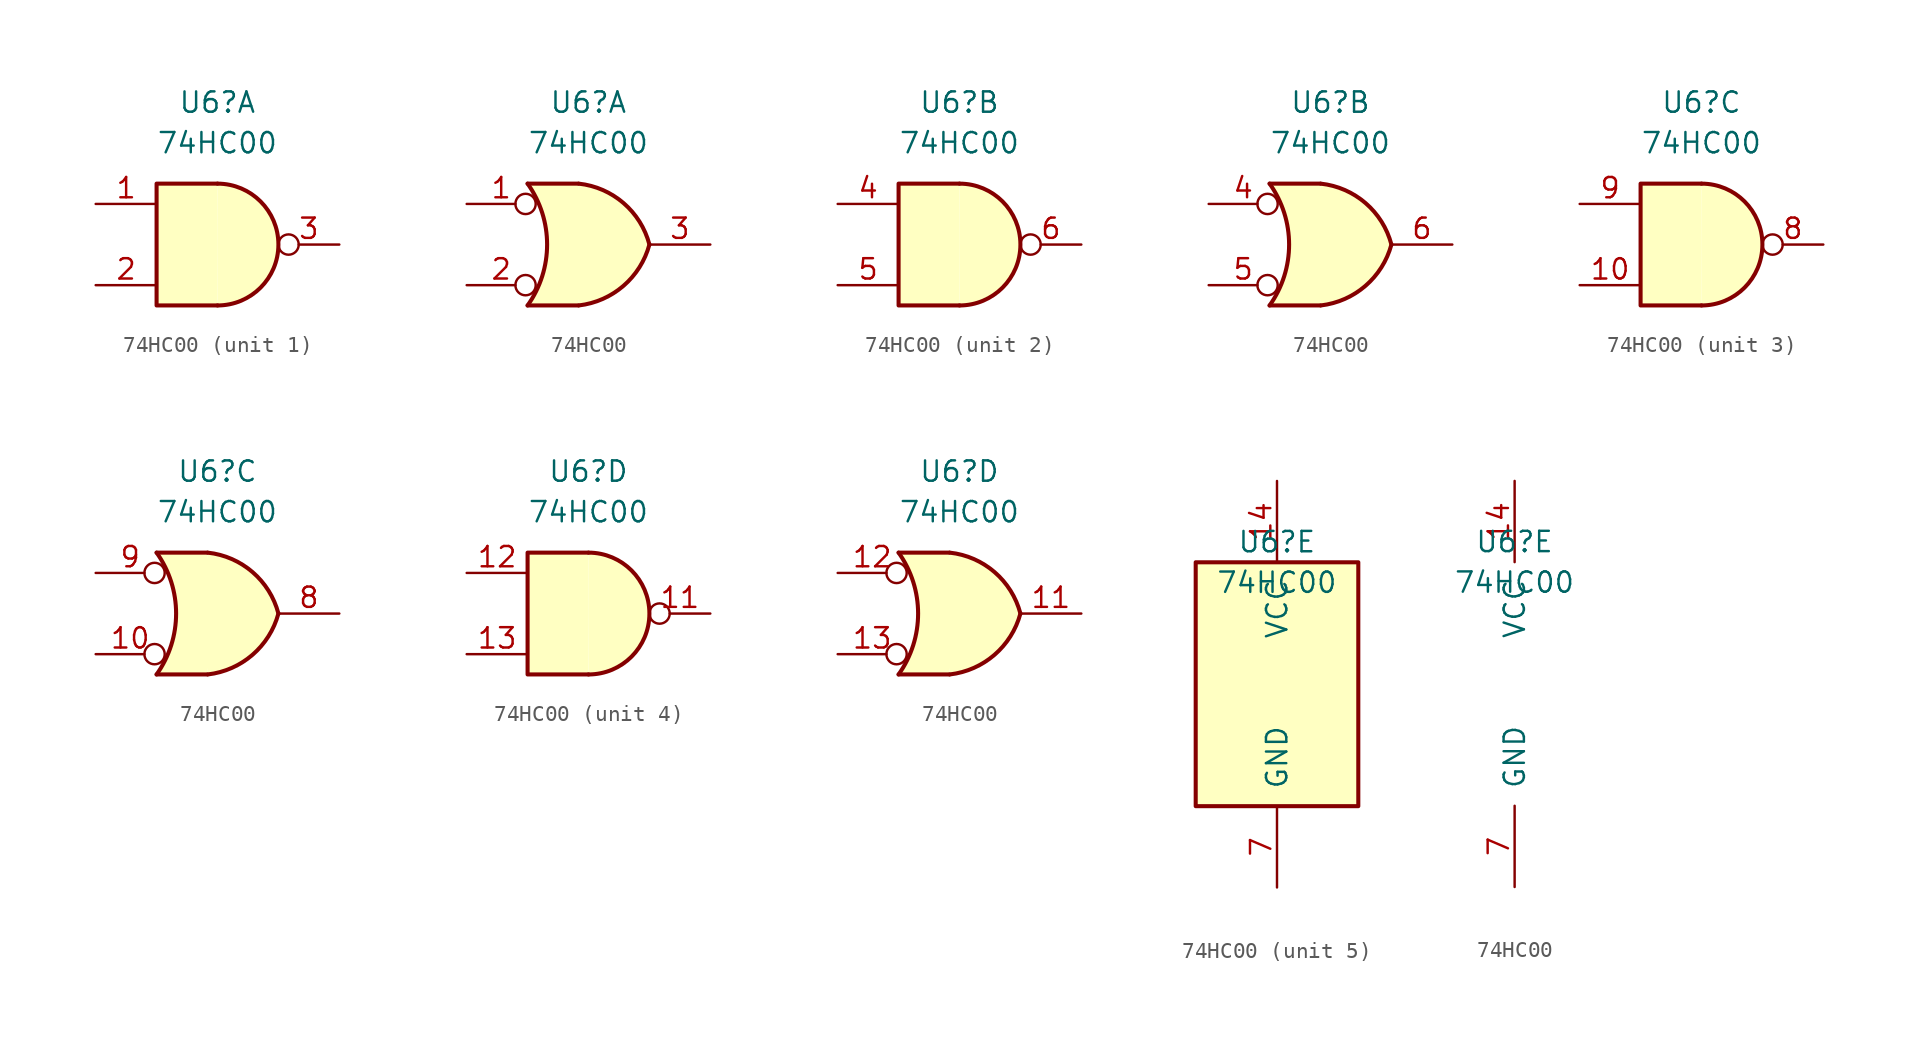
<source format=kicad_sym>
(kicad_symbol_lib
  (version 20231120)
  (generator "kicad_symbol_editor")
  (generator_version "8.0")
  (symbol "74HC00"
    (pin_names
      (offset 1.016))
    (property "Reference" "U6"
      (at -0.008 8.89 0)
      (effects (font (size 1.27 1.27))))
    (property "Value" "74HC00"
      (at -0.008 6.35 0)
      (effects (font (size 1.27 1.27))))
    (property "ki_locked" ""
      (at 0 0 0)
      (effects (font (size 1.27 1.27))))
    (symbol "74HC00_1_1"
      (arc (start 0 -3.81) (mid 3.7934 0) (end 0 3.81) (stroke (width 0.254) (type default)) (fill (type background)))
      (polyline (pts (xy 0 3.81) (xy -3.81 3.81) (xy -3.81 -3.81) (xy 0 -3.81)) (stroke (width 0.254) (type default)) (fill (type background)))
      (pin input line (at -7.62 2.54 0) (length 3.81) (name "~" (effects (font (size 1.27 1.27)))) (number "1" (effects (font (size 1.27 1.27)))))
      (pin input line (at -7.62 -2.54 0) (length 3.81) (name "~" (effects (font (size 1.27 1.27)))) (number "2" (effects (font (size 1.27 1.27)))))
      (pin output inverted (at 7.62 0 180) (length 3.81) (name "~" (effects (font (size 1.27 1.27)))) (number "3" (effects (font (size 1.27 1.27))))))
    (symbol "74HC00_1_2"
      (arc (start -3.81 -3.81) (mid -2.589 0) (end -3.81 3.81) (stroke (width 0.254) (type default)) (fill (type none)))
      (arc (start -0.6096 -3.81) (mid 2.1842 -2.5851) (end 3.81 0) (stroke (width 0.254) (type default)) (fill (type background)))
      (polyline (pts (xy -3.81 -3.81) (xy -0.635 -3.81)) (stroke (width 0.254) (type default)) (fill (type background)))
      (polyline (pts (xy -3.81 3.81) (xy -0.635 3.81)) (stroke (width 0.254) (type default)) (fill (type background)))
      (polyline (pts (xy -0.635 3.81) (xy -3.81 3.81) (xy -3.81 3.81) (xy -3.556 3.404) (xy -3.023 2.261) (xy -2.692 1.041) (xy -2.616 -0.254) (xy -2.769 -1.499) (xy -3.175 -2.718) (xy -3.81 -3.81) (xy -3.81 -3.81) (xy -0.635 -3.81)) (stroke (width -25.4) (type default)) (fill (type background)))
      (arc (start 3.81 0) (mid 2.1915 2.5936) (end -0.6096 3.81) (stroke (width 0.254) (type default)) (fill (type background)))
      (pin input inverted (at -7.62 2.54 0) (length 4.318) (name "~" (effects (font (size 1.27 1.27)))) (number "1" (effects (font (size 1.27 1.27)))))
      (pin input inverted (at -7.62 -2.54 0) (length 4.318) (name "~" (effects (font (size 1.27 1.27)))) (number "2" (effects (font (size 1.27 1.27)))))
      (pin output line (at 7.62 0 180) (length 3.81) (name "~" (effects (font (size 1.27 1.27)))) (number "3" (effects (font (size 1.27 1.27))))))
    (symbol "74HC00_2_1"
      (arc (start 0 -3.81) (mid 3.7934 0) (end 0 3.81) (stroke (width 0.254) (type default)) (fill (type background)))
      (polyline (pts (xy 0 3.81) (xy -3.81 3.81) (xy -3.81 -3.81) (xy 0 -3.81)) (stroke (width 0.254) (type default)) (fill (type background)))
      (pin input line (at -7.62 2.54 0) (length 3.81) (name "~" (effects (font (size 1.27 1.27)))) (number "4" (effects (font (size 1.27 1.27)))))
      (pin input line (at -7.62 -2.54 0) (length 3.81) (name "~" (effects (font (size 1.27 1.27)))) (number "5" (effects (font (size 1.27 1.27)))))
      (pin output inverted (at 7.62 0 180) (length 3.81) (name "~" (effects (font (size 1.27 1.27)))) (number "6" (effects (font (size 1.27 1.27))))))
    (symbol "74HC00_2_2"
      (arc (start -3.81 -3.81) (mid -2.589 0) (end -3.81 3.81) (stroke (width 0.254) (type default)) (fill (type none)))
      (arc (start -0.6096 -3.81) (mid 2.1842 -2.5851) (end 3.81 0) (stroke (width 0.254) (type default)) (fill (type background)))
      (polyline (pts (xy -3.81 -3.81) (xy -0.635 -3.81)) (stroke (width 0.254) (type default)) (fill (type background)))
      (polyline (pts (xy -3.81 3.81) (xy -0.635 3.81)) (stroke (width 0.254) (type default)) (fill (type background)))
      (polyline (pts (xy -0.635 3.81) (xy -3.81 3.81) (xy -3.81 3.81) (xy -3.556 3.404) (xy -3.023 2.261) (xy -2.692 1.041) (xy -2.616 -0.254) (xy -2.769 -1.499) (xy -3.175 -2.718) (xy -3.81 -3.81) (xy -3.81 -3.81) (xy -0.635 -3.81)) (stroke (width -25.4) (type default)) (fill (type background)))
      (arc (start 3.81 0) (mid 2.1915 2.5936) (end -0.6096 3.81) (stroke (width 0.254) (type default)) (fill (type background)))
      (pin input inverted (at -7.62 2.54 0) (length 4.318) (name "~" (effects (font (size 1.27 1.27)))) (number "4" (effects (font (size 1.27 1.27)))))
      (pin input inverted (at -7.62 -2.54 0) (length 4.318) (name "~" (effects (font (size 1.27 1.27)))) (number "5" (effects (font (size 1.27 1.27)))))
      (pin output line (at 7.62 0 180) (length 3.81) (name "~" (effects (font (size 1.27 1.27)))) (number "6" (effects (font (size 1.27 1.27))))))
    (symbol "74HC00_3_1"
      (arc (start 0 -3.81) (mid 3.7934 0) (end 0 3.81) (stroke (width 0.254) (type default)) (fill (type background)))
      (polyline (pts (xy 0 3.81) (xy -3.81 3.81) (xy -3.81 -3.81) (xy 0 -3.81)) (stroke (width 0.254) (type default)) (fill (type background)))
      (pin input line (at -7.62 -2.54 0) (length 3.81) (name "~" (effects (font (size 1.27 1.27)))) (number "10" (effects (font (size 1.27 1.27)))))
      (pin output inverted (at 7.62 0 180) (length 3.81) (name "~" (effects (font (size 1.27 1.27)))) (number "8" (effects (font (size 1.27 1.27)))))
      (pin input line (at -7.62 2.54 0) (length 3.81) (name "~" (effects (font (size 1.27 1.27)))) (number "9" (effects (font (size 1.27 1.27))))))
    (symbol "74HC00_3_2"
      (arc (start -3.81 -3.81) (mid -2.589 0) (end -3.81 3.81) (stroke (width 0.254) (type default)) (fill (type none)))
      (arc (start -0.6096 -3.81) (mid 2.1842 -2.5851) (end 3.81 0) (stroke (width 0.254) (type default)) (fill (type background)))
      (polyline (pts (xy -3.81 -3.81) (xy -0.635 -3.81)) (stroke (width 0.254) (type default)) (fill (type background)))
      (polyline (pts (xy -3.81 3.81) (xy -0.635 3.81)) (stroke (width 0.254) (type default)) (fill (type background)))
      (polyline (pts (xy -0.635 3.81) (xy -3.81 3.81) (xy -3.81 3.81) (xy -3.556 3.404) (xy -3.023 2.261) (xy -2.692 1.041) (xy -2.616 -0.254) (xy -2.769 -1.499) (xy -3.175 -2.718) (xy -3.81 -3.81) (xy -3.81 -3.81) (xy -0.635 -3.81)) (stroke (width -25.4) (type default)) (fill (type background)))
      (arc (start 3.81 0) (mid 2.1915 2.5936) (end -0.6096 3.81) (stroke (width 0.254) (type default)) (fill (type background)))
      (pin input inverted (at -7.62 -2.54 0) (length 4.318) (name "~" (effects (font (size 1.27 1.27)))) (number "10" (effects (font (size 1.27 1.27)))))
      (pin output line (at 7.62 0 180) (length 3.81) (name "~" (effects (font (size 1.27 1.27)))) (number "8" (effects (font (size 1.27 1.27)))))
      (pin input inverted (at -7.62 2.54 0) (length 4.318) (name "~" (effects (font (size 1.27 1.27)))) (number "9" (effects (font (size 1.27 1.27))))))
    (symbol "74HC00_4_1"
      (arc (start 0 -3.81) (mid 3.7934 0) (end 0 3.81) (stroke (width 0.254) (type default)) (fill (type background)))
      (polyline (pts (xy 0 3.81) (xy -3.81 3.81) (xy -3.81 -3.81) (xy 0 -3.81)) (stroke (width 0.254) (type default)) (fill (type background)))
      (pin output inverted (at 7.62 0 180) (length 3.81) (name "~" (effects (font (size 1.27 1.27)))) (number "11" (effects (font (size 1.27 1.27)))))
      (pin input line (at -7.62 2.54 0) (length 3.81) (name "~" (effects (font (size 1.27 1.27)))) (number "12" (effects (font (size 1.27 1.27)))))
      (pin input line (at -7.62 -2.54 0) (length 3.81) (name "~" (effects (font (size 1.27 1.27)))) (number "13" (effects (font (size 1.27 1.27))))))
    (symbol "74HC00_4_2"
      (arc (start -3.81 -3.81) (mid -2.589 0) (end -3.81 3.81) (stroke (width 0.254) (type default)) (fill (type none)))
      (arc (start -0.6096 -3.81) (mid 2.1842 -2.5851) (end 3.81 0) (stroke (width 0.254) (type default)) (fill (type background)))
      (polyline (pts (xy -3.81 -3.81) (xy -0.635 -3.81)) (stroke (width 0.254) (type default)) (fill (type background)))
      (polyline (pts (xy -3.81 3.81) (xy -0.635 3.81)) (stroke (width 0.254) (type default)) (fill (type background)))
      (polyline (pts (xy -0.635 3.81) (xy -3.81 3.81) (xy -3.81 3.81) (xy -3.556 3.404) (xy -3.023 2.261) (xy -2.692 1.041) (xy -2.616 -0.254) (xy -2.769 -1.499) (xy -3.175 -2.718) (xy -3.81 -3.81) (xy -3.81 -3.81) (xy -0.635 -3.81)) (stroke (width -25.4) (type default)) (fill (type background)))
      (arc (start 3.81 0) (mid 2.1915 2.5936) (end -0.6096 3.81) (stroke (width 0.254) (type default)) (fill (type background)))
      (pin output line (at 7.62 0 180) (length 3.81) (name "~" (effects (font (size 1.27 1.27)))) (number "11" (effects (font (size 1.27 1.27)))))
      (pin input inverted (at -7.62 2.54 0) (length 4.318) (name "~" (effects (font (size 1.27 1.27)))) (number "12" (effects (font (size 1.27 1.27)))))
      (pin input inverted (at -7.62 -2.54 0) (length 4.318) (name "~" (effects (font (size 1.27 1.27)))) (number "13" (effects (font (size 1.27 1.27))))))
    (symbol "74HC00_5_0"
      (pin power_in line (at 0 12.7 270) (length 5.08) (name "VCC" (effects (font (size 1.27 1.27)))) (number "14" (effects (font (size 1.27 1.27)))))
      (pin power_in line (at 0 -12.7 90) (length 5.08) (name "GND" (effects (font (size 1.27 1.27)))) (number "7" (effects (font (size 1.27 1.27))))))
    (symbol "74HC00_5_1"
      (rectangle (start -5.08 7.62) (end 5.08 -7.62) (stroke (width 0.254) (type default)) (fill (type background))))))
</source>
